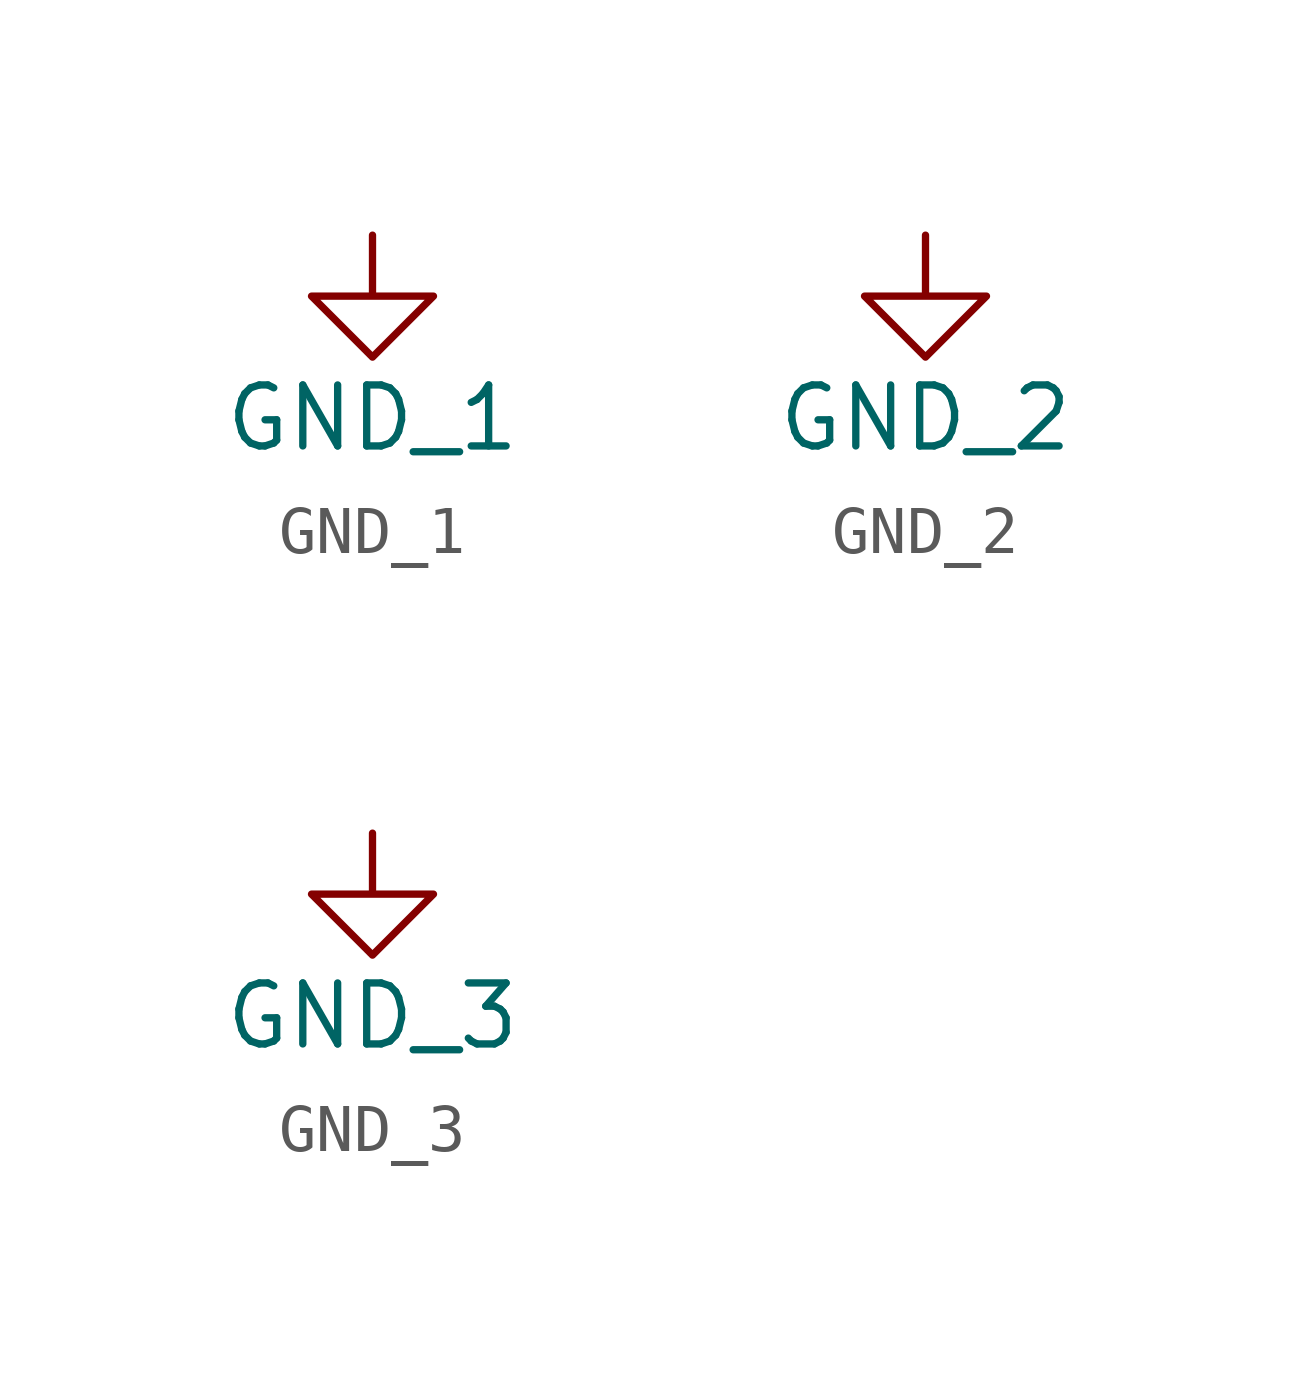
<source format=kicad_sym>
(kicad_symbol_lib
  (version 20211014)
  (generator kicad_symbol_editor)
  (symbol "GND_1"
    (power)
    (pin_names
      (offset 0))
    (property "Reference" "#PWR"
      (at 0 -6.35 0)
      (effects (font (size 1.27 1.27)) hide))
    (property "Value" "GND_1"
      (at 0 -3.81 0)
      (effects (font (size 1.27 1.27))))
    (symbol "GND_1_0_1"
      (polyline (pts (xy 0 0) (xy 0 -1.27) (xy 1.27 -1.27) (xy 0 -2.54) (xy -1.27 -1.27) (xy 0 -1.27)) (stroke (width 0) (type default) (color 0 0 0 0)) (fill (type none))))
    (symbol "GND_1_1_1"
      (pin power_in line (at 0 0 270) (length 0) hide (name "GND_1" (effects (font (size 1.27 1.27)))) (number "1" (effects (font (size 1.27 1.27)))))))
  (symbol "GND_2"
    (power)
    (pin_names
      (offset 0))
    (property "Reference" "#PWR"
      (at 0 -6.35 0)
      (effects (font (size 1.27 1.27)) hide))
    (property "Value" "GND_2"
      (at 0 -3.81 0)
      (effects (font (size 1.27 1.27))))
    (symbol "GND_2_0_1"
      (polyline (pts (xy 0 0) (xy 0 -1.27) (xy 1.27 -1.27) (xy 0 -2.54) (xy -1.27 -1.27) (xy 0 -1.27)) (stroke (width 0) (type default) (color 0 0 0 0)) (fill (type none))))
    (symbol "GND_2_1_1"
      (pin power_in line (at 0 0 270) (length 0) hide (name "GND_2" (effects (font (size 1.27 1.27)))) (number "1" (effects (font (size 1.27 1.27)))))))
  (symbol "GND_3"
    (power)
    (pin_names
      (offset 0))
    (property "Reference" "#PWR"
      (at 0 -6.35 0)
      (effects (font (size 1.27 1.27)) hide))
    (property "Value" "GND_3"
      (at 0 -3.81 0)
      (effects (font (size 1.27 1.27))))
    (symbol "GND_3_0_1"
      (polyline (pts (xy 0 0) (xy 0 -1.27) (xy 1.27 -1.27) (xy 0 -2.54) (xy -1.27 -1.27) (xy 0 -1.27)) (stroke (width 0) (type default) (color 0 0 0 0)) (fill (type none))))
    (symbol "GND_3_1_1"
      (pin power_in line (at 0 0 270) (length 0) hide (name "GND_3" (effects (font (size 1.27 1.27)))) (number "1" (effects (font (size 1.27 1.27))))))))
</source>
